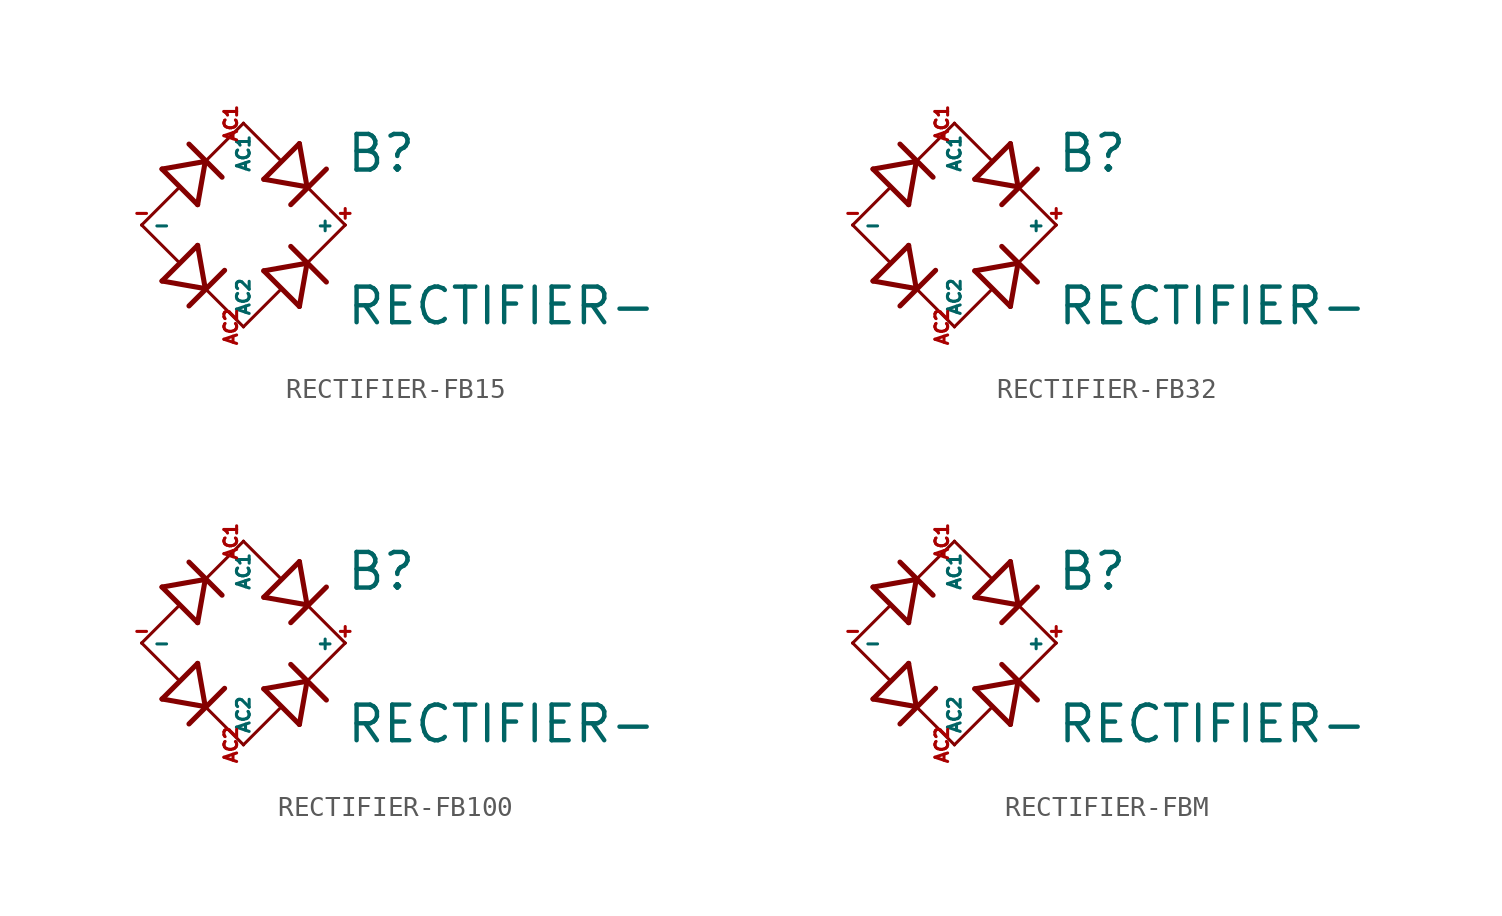
<source format=kicad_sym>
(kicad_symbol_lib
  (version 20220914)
  (generator Eagle2Kicad)
  (symbol "RECTIFIER-FB15"
    (property "Reference" "B"
      (at 5.08 2.54 0)
      (effects (font (size 1.778 1.778) (thickness 0.22)) (justify left bottom)))
    (property "Value" "RECTIFIER-"
      (at 5.08 -5.08 0)
      (effects (font (size 1.778 1.778) (thickness 0.22)) (justify left bottom)))
    (polyline
      (pts (xy -1.905 -3.175) (xy -4.064 -2.794))
      (stroke (width 0.254) (type default))
      (fill (type none)))
    (polyline
      (pts (xy -1.905 -3.175) (xy -2.286 -1.016))
      (stroke (width 0.254) (type default))
      (fill (type none)))
    (polyline
      (pts (xy -2.718 -4.039) (xy -0.94 -2.261))
      (stroke (width 0.254) (type default))
      (fill (type none)))
    (polyline
      (pts (xy -1.905 3.175) (xy -4.064 2.794))
      (stroke (width 0.254) (type default))
      (fill (type none)))
    (polyline
      (pts (xy -1.905 3.175) (xy -2.286 1.016))
      (stroke (width 0.254) (type default))
      (fill (type none)))
    (polyline
      (pts (xy -2.718 4.039) (xy -1.067 2.388))
      (stroke (width 0.254) (type default))
      (fill (type none)))
    (polyline
      (pts (xy 3.175 1.905) (xy 2.794 4.064))
      (stroke (width 0.254) (type default))
      (fill (type none)))
    (polyline
      (pts (xy 3.175 1.905) (xy 1.016 2.286))
      (stroke (width 0.254) (type default))
      (fill (type none)))
    (polyline
      (pts (xy 2.362 1.016) (xy 4.14 2.794))
      (stroke (width 0.254) (type default))
      (fill (type none)))
    (polyline
      (pts (xy 3.175 -1.905) (xy 2.794 -4.064))
      (stroke (width 0.254) (type default))
      (fill (type none)))
    (polyline
      (pts (xy 3.175 -1.905) (xy 1.016 -2.286))
      (stroke (width 0.254) (type default))
      (fill (type none)))
    (polyline
      (pts (xy 2.362 -1.067) (xy 4.14 -2.845))
      (stroke (width 0.254) (type default))
      (fill (type none)))
    (polyline
      (pts (xy 5.08 0) (xy 3.175 -1.905))
      (stroke (width 0.152) (type default))
      (fill (type none)))
    (polyline
      (pts (xy 0 -5.08) (xy -1.905 -3.175))
      (stroke (width 0.152) (type default))
      (fill (type none)))
    (polyline
      (pts (xy -3.277 -1.803) (xy -5.08 0))
      (stroke (width 0.152) (type default))
      (fill (type none)))
    (polyline
      (pts (xy -4.064 -2.794) (xy -2.286 -1.016))
      (stroke (width 0.254) (type default))
      (fill (type none)))
    (polyline
      (pts (xy -5.08 0) (xy -3.277 1.803))
      (stroke (width 0.152) (type default))
      (fill (type none)))
    (polyline
      (pts (xy -4.064 2.794) (xy -2.286 1.016))
      (stroke (width 0.254) (type default))
      (fill (type none)))
    (polyline
      (pts (xy -1.905 3.175) (xy 0 5.08))
      (stroke (width 0.152) (type default))
      (fill (type none)))
    (polyline
      (pts (xy 0 5.08) (xy 1.803 3.277))
      (stroke (width 0.152) (type default))
      (fill (type none)))
    (polyline
      (pts (xy 1.016 2.286) (xy 2.794 4.064))
      (stroke (width 0.254) (type default))
      (fill (type none)))
    (polyline
      (pts (xy 3.175 1.905) (xy 5.08 0))
      (stroke (width 0.152) (type default))
      (fill (type none)))
    (polyline
      (pts (xy 0 -5.08) (xy 1.803 -3.277))
      (stroke (width 0.152) (type default))
      (fill (type none)))
    (polyline
      (pts (xy 1.016 -2.286) (xy 2.794 -4.064))
      (stroke (width 0.254) (type default))
      (fill (type none)))
    (pin passive line
      (at 0 5.08 270)
      (length 0)
      (name "AC1" (effects (font (size 0.635 0.635) (thickness 0.08)) (justify left bottom)))
      (number "AC1" (effects (font (size 0.635 0.635) (thickness 0.08)) (justify left bottom))))
    (pin passive line
      (at 5.08 0 180)
      (length 0)
      (name "+" (effects (font (size 0.635 0.635) (thickness 0.08)) (justify left bottom)))
      (number "+" (effects (font (size 0.635 0.635) (thickness 0.08)) (justify left bottom))))
    (pin passive line
      (at 0 -5.08 90)
      (length 0)
      (name "AC2" (effects (font (size 0.635 0.635) (thickness 0.08)) (justify left bottom)))
      (number "AC2" (effects (font (size 0.635 0.635) (thickness 0.08)) (justify left bottom))))
    (pin passive line
      (at -5.08 0 0)
      (length 0)
      (name "-" (effects (font (size 0.635 0.635) (thickness 0.08)) (justify left bottom)))
      (number "-" (effects (font (size 0.635 0.635) (thickness 0.08)) (justify left bottom)))))
  (symbol "RECTIFIER-FB32"
    (property "Reference" "B"
      (at 5.08 2.54 0)
      (effects (font (size 1.778 1.778) (thickness 0.22)) (justify left bottom)))
    (property "Value" "RECTIFIER-"
      (at 5.08 -5.08 0)
      (effects (font (size 1.778 1.778) (thickness 0.22)) (justify left bottom)))
    (polyline
      (pts (xy -1.905 -3.175) (xy -4.064 -2.794))
      (stroke (width 0.254) (type default))
      (fill (type none)))
    (polyline
      (pts (xy -1.905 -3.175) (xy -2.286 -1.016))
      (stroke (width 0.254) (type default))
      (fill (type none)))
    (polyline
      (pts (xy -2.718 -4.039) (xy -0.94 -2.261))
      (stroke (width 0.254) (type default))
      (fill (type none)))
    (polyline
      (pts (xy -1.905 3.175) (xy -4.064 2.794))
      (stroke (width 0.254) (type default))
      (fill (type none)))
    (polyline
      (pts (xy -1.905 3.175) (xy -2.286 1.016))
      (stroke (width 0.254) (type default))
      (fill (type none)))
    (polyline
      (pts (xy -2.718 4.039) (xy -1.067 2.388))
      (stroke (width 0.254) (type default))
      (fill (type none)))
    (polyline
      (pts (xy 3.175 1.905) (xy 2.794 4.064))
      (stroke (width 0.254) (type default))
      (fill (type none)))
    (polyline
      (pts (xy 3.175 1.905) (xy 1.016 2.286))
      (stroke (width 0.254) (type default))
      (fill (type none)))
    (polyline
      (pts (xy 2.362 1.016) (xy 4.14 2.794))
      (stroke (width 0.254) (type default))
      (fill (type none)))
    (polyline
      (pts (xy 3.175 -1.905) (xy 2.794 -4.064))
      (stroke (width 0.254) (type default))
      (fill (type none)))
    (polyline
      (pts (xy 3.175 -1.905) (xy 1.016 -2.286))
      (stroke (width 0.254) (type default))
      (fill (type none)))
    (polyline
      (pts (xy 2.362 -1.067) (xy 4.14 -2.845))
      (stroke (width 0.254) (type default))
      (fill (type none)))
    (polyline
      (pts (xy 5.08 0) (xy 3.175 -1.905))
      (stroke (width 0.152) (type default))
      (fill (type none)))
    (polyline
      (pts (xy 0 -5.08) (xy -1.905 -3.175))
      (stroke (width 0.152) (type default))
      (fill (type none)))
    (polyline
      (pts (xy -3.277 -1.803) (xy -5.08 0))
      (stroke (width 0.152) (type default))
      (fill (type none)))
    (polyline
      (pts (xy -4.064 -2.794) (xy -2.286 -1.016))
      (stroke (width 0.254) (type default))
      (fill (type none)))
    (polyline
      (pts (xy -5.08 0) (xy -3.277 1.803))
      (stroke (width 0.152) (type default))
      (fill (type none)))
    (polyline
      (pts (xy -4.064 2.794) (xy -2.286 1.016))
      (stroke (width 0.254) (type default))
      (fill (type none)))
    (polyline
      (pts (xy -1.905 3.175) (xy 0 5.08))
      (stroke (width 0.152) (type default))
      (fill (type none)))
    (polyline
      (pts (xy 0 5.08) (xy 1.803 3.277))
      (stroke (width 0.152) (type default))
      (fill (type none)))
    (polyline
      (pts (xy 1.016 2.286) (xy 2.794 4.064))
      (stroke (width 0.254) (type default))
      (fill (type none)))
    (polyline
      (pts (xy 3.175 1.905) (xy 5.08 0))
      (stroke (width 0.152) (type default))
      (fill (type none)))
    (polyline
      (pts (xy 0 -5.08) (xy 1.803 -3.277))
      (stroke (width 0.152) (type default))
      (fill (type none)))
    (polyline
      (pts (xy 1.016 -2.286) (xy 2.794 -4.064))
      (stroke (width 0.254) (type default))
      (fill (type none)))
    (pin passive line
      (at 0 5.08 270)
      (length 0)
      (name "AC1" (effects (font (size 0.635 0.635) (thickness 0.08)) (justify left bottom)))
      (number "AC1" (effects (font (size 0.635 0.635) (thickness 0.08)) (justify left bottom))))
    (pin passive line
      (at 5.08 0 180)
      (length 0)
      (name "+" (effects (font (size 0.635 0.635) (thickness 0.08)) (justify left bottom)))
      (number "+" (effects (font (size 0.635 0.635) (thickness 0.08)) (justify left bottom))))
    (pin passive line
      (at 0 -5.08 90)
      (length 0)
      (name "AC2" (effects (font (size 0.635 0.635) (thickness 0.08)) (justify left bottom)))
      (number "AC2" (effects (font (size 0.635 0.635) (thickness 0.08)) (justify left bottom))))
    (pin passive line
      (at -5.08 0 0)
      (length 0)
      (name "-" (effects (font (size 0.635 0.635) (thickness 0.08)) (justify left bottom)))
      (number "-" (effects (font (size 0.635 0.635) (thickness 0.08)) (justify left bottom)))))
  (symbol "RECTIFIER-FB100"
    (property "Reference" "B"
      (at 5.08 2.54 0)
      (effects (font (size 1.778 1.778) (thickness 0.22)) (justify left bottom)))
    (property "Value" "RECTIFIER-"
      (at 5.08 -5.08 0)
      (effects (font (size 1.778 1.778) (thickness 0.22)) (justify left bottom)))
    (polyline
      (pts (xy -1.905 -3.175) (xy -4.064 -2.794))
      (stroke (width 0.254) (type default))
      (fill (type none)))
    (polyline
      (pts (xy -1.905 -3.175) (xy -2.286 -1.016))
      (stroke (width 0.254) (type default))
      (fill (type none)))
    (polyline
      (pts (xy -2.718 -4.039) (xy -0.94 -2.261))
      (stroke (width 0.254) (type default))
      (fill (type none)))
    (polyline
      (pts (xy -1.905 3.175) (xy -4.064 2.794))
      (stroke (width 0.254) (type default))
      (fill (type none)))
    (polyline
      (pts (xy -1.905 3.175) (xy -2.286 1.016))
      (stroke (width 0.254) (type default))
      (fill (type none)))
    (polyline
      (pts (xy -2.718 4.039) (xy -1.067 2.388))
      (stroke (width 0.254) (type default))
      (fill (type none)))
    (polyline
      (pts (xy 3.175 1.905) (xy 2.794 4.064))
      (stroke (width 0.254) (type default))
      (fill (type none)))
    (polyline
      (pts (xy 3.175 1.905) (xy 1.016 2.286))
      (stroke (width 0.254) (type default))
      (fill (type none)))
    (polyline
      (pts (xy 2.362 1.016) (xy 4.14 2.794))
      (stroke (width 0.254) (type default))
      (fill (type none)))
    (polyline
      (pts (xy 3.175 -1.905) (xy 2.794 -4.064))
      (stroke (width 0.254) (type default))
      (fill (type none)))
    (polyline
      (pts (xy 3.175 -1.905) (xy 1.016 -2.286))
      (stroke (width 0.254) (type default))
      (fill (type none)))
    (polyline
      (pts (xy 2.362 -1.067) (xy 4.14 -2.845))
      (stroke (width 0.254) (type default))
      (fill (type none)))
    (polyline
      (pts (xy 5.08 0) (xy 3.175 -1.905))
      (stroke (width 0.152) (type default))
      (fill (type none)))
    (polyline
      (pts (xy 0 -5.08) (xy -1.905 -3.175))
      (stroke (width 0.152) (type default))
      (fill (type none)))
    (polyline
      (pts (xy -3.277 -1.803) (xy -5.08 0))
      (stroke (width 0.152) (type default))
      (fill (type none)))
    (polyline
      (pts (xy -4.064 -2.794) (xy -2.286 -1.016))
      (stroke (width 0.254) (type default))
      (fill (type none)))
    (polyline
      (pts (xy -5.08 0) (xy -3.277 1.803))
      (stroke (width 0.152) (type default))
      (fill (type none)))
    (polyline
      (pts (xy -4.064 2.794) (xy -2.286 1.016))
      (stroke (width 0.254) (type default))
      (fill (type none)))
    (polyline
      (pts (xy -1.905 3.175) (xy 0 5.08))
      (stroke (width 0.152) (type default))
      (fill (type none)))
    (polyline
      (pts (xy 0 5.08) (xy 1.803 3.277))
      (stroke (width 0.152) (type default))
      (fill (type none)))
    (polyline
      (pts (xy 1.016 2.286) (xy 2.794 4.064))
      (stroke (width 0.254) (type default))
      (fill (type none)))
    (polyline
      (pts (xy 3.175 1.905) (xy 5.08 0))
      (stroke (width 0.152) (type default))
      (fill (type none)))
    (polyline
      (pts (xy 0 -5.08) (xy 1.803 -3.277))
      (stroke (width 0.152) (type default))
      (fill (type none)))
    (polyline
      (pts (xy 1.016 -2.286) (xy 2.794 -4.064))
      (stroke (width 0.254) (type default))
      (fill (type none)))
    (pin passive line
      (at 0 5.08 270)
      (length 0)
      (name "AC1" (effects (font (size 0.635 0.635) (thickness 0.08)) (justify left bottom)))
      (number "AC1" (effects (font (size 0.635 0.635) (thickness 0.08)) (justify left bottom))))
    (pin passive line
      (at 5.08 0 180)
      (length 0)
      (name "+" (effects (font (size 0.635 0.635) (thickness 0.08)) (justify left bottom)))
      (number "+" (effects (font (size 0.635 0.635) (thickness 0.08)) (justify left bottom))))
    (pin passive line
      (at 0 -5.08 90)
      (length 0)
      (name "AC2" (effects (font (size 0.635 0.635) (thickness 0.08)) (justify left bottom)))
      (number "AC2" (effects (font (size 0.635 0.635) (thickness 0.08)) (justify left bottom))))
    (pin passive line
      (at -5.08 0 0)
      (length 0)
      (name "-" (effects (font (size 0.635 0.635) (thickness 0.08)) (justify left bottom)))
      (number "-" (effects (font (size 0.635 0.635) (thickness 0.08)) (justify left bottom)))))
  (symbol "RECTIFIER-FBM"
    (property "Reference" "B"
      (at 5.08 2.54 0)
      (effects (font (size 1.778 1.778) (thickness 0.22)) (justify left bottom)))
    (property "Value" "RECTIFIER-"
      (at 5.08 -5.08 0)
      (effects (font (size 1.778 1.778) (thickness 0.22)) (justify left bottom)))
    (polyline
      (pts (xy -1.905 -3.175) (xy -4.064 -2.794))
      (stroke (width 0.254) (type default))
      (fill (type none)))
    (polyline
      (pts (xy -1.905 -3.175) (xy -2.286 -1.016))
      (stroke (width 0.254) (type default))
      (fill (type none)))
    (polyline
      (pts (xy -2.718 -4.039) (xy -0.94 -2.261))
      (stroke (width 0.254) (type default))
      (fill (type none)))
    (polyline
      (pts (xy -1.905 3.175) (xy -4.064 2.794))
      (stroke (width 0.254) (type default))
      (fill (type none)))
    (polyline
      (pts (xy -1.905 3.175) (xy -2.286 1.016))
      (stroke (width 0.254) (type default))
      (fill (type none)))
    (polyline
      (pts (xy -2.718 4.039) (xy -1.067 2.388))
      (stroke (width 0.254) (type default))
      (fill (type none)))
    (polyline
      (pts (xy 3.175 1.905) (xy 2.794 4.064))
      (stroke (width 0.254) (type default))
      (fill (type none)))
    (polyline
      (pts (xy 3.175 1.905) (xy 1.016 2.286))
      (stroke (width 0.254) (type default))
      (fill (type none)))
    (polyline
      (pts (xy 2.362 1.016) (xy 4.14 2.794))
      (stroke (width 0.254) (type default))
      (fill (type none)))
    (polyline
      (pts (xy 3.175 -1.905) (xy 2.794 -4.064))
      (stroke (width 0.254) (type default))
      (fill (type none)))
    (polyline
      (pts (xy 3.175 -1.905) (xy 1.016 -2.286))
      (stroke (width 0.254) (type default))
      (fill (type none)))
    (polyline
      (pts (xy 2.362 -1.067) (xy 4.14 -2.845))
      (stroke (width 0.254) (type default))
      (fill (type none)))
    (polyline
      (pts (xy 5.08 0) (xy 3.175 -1.905))
      (stroke (width 0.152) (type default))
      (fill (type none)))
    (polyline
      (pts (xy 0 -5.08) (xy -1.905 -3.175))
      (stroke (width 0.152) (type default))
      (fill (type none)))
    (polyline
      (pts (xy -3.277 -1.803) (xy -5.08 0))
      (stroke (width 0.152) (type default))
      (fill (type none)))
    (polyline
      (pts (xy -4.064 -2.794) (xy -2.286 -1.016))
      (stroke (width 0.254) (type default))
      (fill (type none)))
    (polyline
      (pts (xy -5.08 0) (xy -3.277 1.803))
      (stroke (width 0.152) (type default))
      (fill (type none)))
    (polyline
      (pts (xy -4.064 2.794) (xy -2.286 1.016))
      (stroke (width 0.254) (type default))
      (fill (type none)))
    (polyline
      (pts (xy -1.905 3.175) (xy 0 5.08))
      (stroke (width 0.152) (type default))
      (fill (type none)))
    (polyline
      (pts (xy 0 5.08) (xy 1.803 3.277))
      (stroke (width 0.152) (type default))
      (fill (type none)))
    (polyline
      (pts (xy 1.016 2.286) (xy 2.794 4.064))
      (stroke (width 0.254) (type default))
      (fill (type none)))
    (polyline
      (pts (xy 3.175 1.905) (xy 5.08 0))
      (stroke (width 0.152) (type default))
      (fill (type none)))
    (polyline
      (pts (xy 0 -5.08) (xy 1.803 -3.277))
      (stroke (width 0.152) (type default))
      (fill (type none)))
    (polyline
      (pts (xy 1.016 -2.286) (xy 2.794 -4.064))
      (stroke (width 0.254) (type default))
      (fill (type none)))
    (pin passive line
      (at 0 5.08 270)
      (length 0)
      (name "AC1" (effects (font (size 0.635 0.635) (thickness 0.08)) (justify left bottom)))
      (number "AC1" (effects (font (size 0.635 0.635) (thickness 0.08)) (justify left bottom))))
    (pin passive line
      (at 5.08 0 180)
      (length 0)
      (name "+" (effects (font (size 0.635 0.635) (thickness 0.08)) (justify left bottom)))
      (number "+" (effects (font (size 0.635 0.635) (thickness 0.08)) (justify left bottom))))
    (pin passive line
      (at 0 -5.08 90)
      (length 0)
      (name "AC2" (effects (font (size 0.635 0.635) (thickness 0.08)) (justify left bottom)))
      (number "AC2" (effects (font (size 0.635 0.635) (thickness 0.08)) (justify left bottom))))
    (pin passive line
      (at -5.08 0 0)
      (length 0)
      (name "-" (effects (font (size 0.635 0.635) (thickness 0.08)) (justify left bottom)))
      (number "-" (effects (font (size 0.635 0.635) (thickness 0.08)) (justify left bottom))))))
</source>
